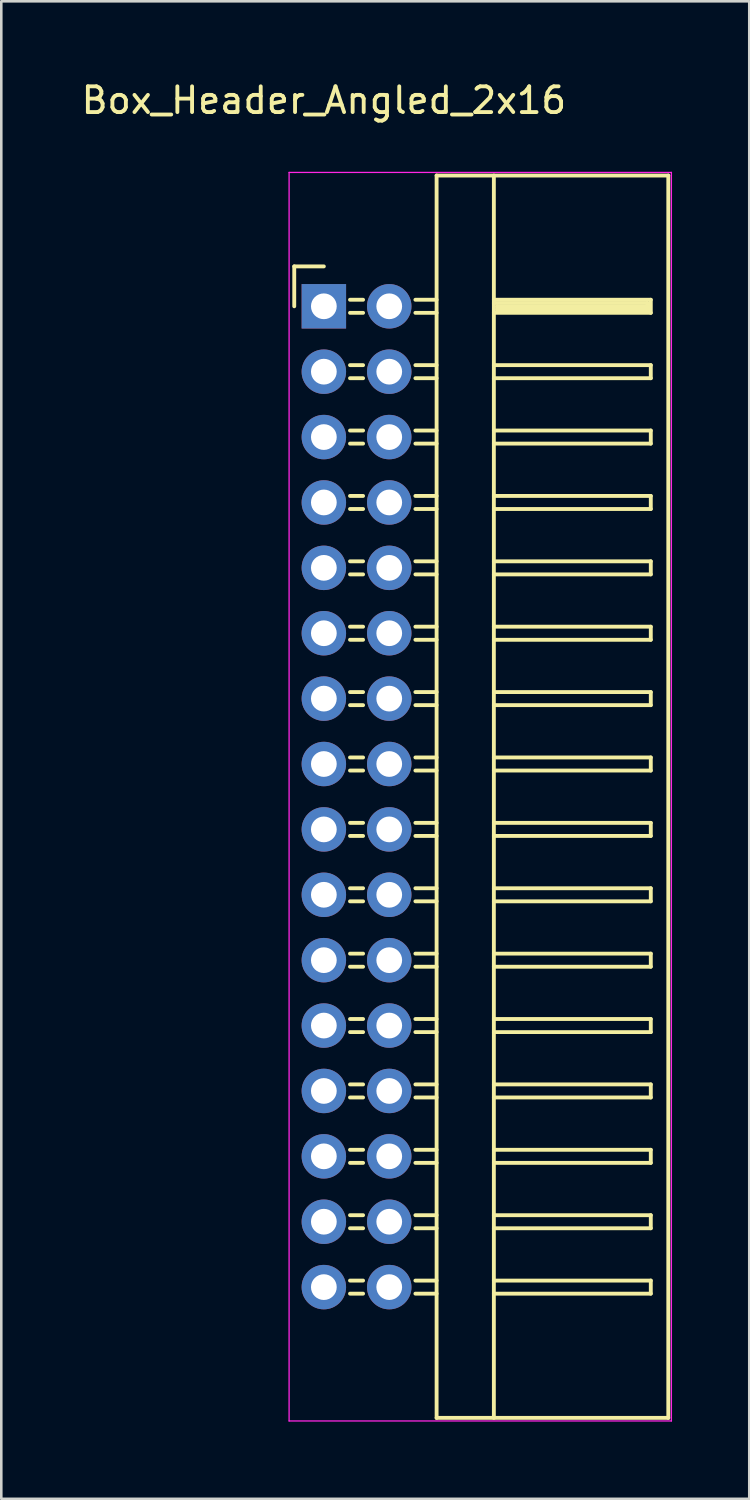
<source format=kicad_pcb>
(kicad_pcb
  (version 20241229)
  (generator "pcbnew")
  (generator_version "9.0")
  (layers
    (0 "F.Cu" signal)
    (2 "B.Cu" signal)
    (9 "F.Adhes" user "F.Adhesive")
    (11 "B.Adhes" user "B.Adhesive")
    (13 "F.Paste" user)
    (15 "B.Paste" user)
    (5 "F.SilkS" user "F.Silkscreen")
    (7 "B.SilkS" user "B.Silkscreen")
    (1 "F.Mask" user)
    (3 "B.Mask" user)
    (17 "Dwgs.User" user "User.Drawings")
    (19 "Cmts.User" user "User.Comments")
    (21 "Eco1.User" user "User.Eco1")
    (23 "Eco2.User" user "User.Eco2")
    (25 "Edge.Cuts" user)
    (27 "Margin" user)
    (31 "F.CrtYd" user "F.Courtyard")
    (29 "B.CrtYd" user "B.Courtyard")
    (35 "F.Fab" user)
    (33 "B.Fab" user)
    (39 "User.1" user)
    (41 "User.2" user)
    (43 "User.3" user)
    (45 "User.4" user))
  (footprint "Box_Header_Angled_2x16"
    (layer "F.Cu")
    (at 9.53 8.848)
    (property "Reference" "Box_Header_Angled_2x16" (at 0 -8 0) (layer "F.SilkS") (effects (font (size 1 1) (thickness 0.15))))
    (attr through_hole)
    (fp_line (start -1.15 -1.55) (end -1.15 0) (stroke (width 0.15) (type solid)) (layer "F.SilkS"))
    (fp_line (start 0 -1.55) (end -1.15 -1.55) (stroke (width 0.15) (type solid)) (layer "F.SilkS"))
    (fp_line (start 1.524 -0.254) (end 1.016 -0.254) (stroke (width 0.15) (type solid)) (layer "F.SilkS"))
    (fp_line (start 1.524 0.254) (end 1.016 0.254) (stroke (width 0.15) (type solid)) (layer "F.SilkS"))
    (fp_line (start 1.524 2.286) (end 1.016 2.286) (stroke (width 0.15) (type solid)) (layer "F.SilkS"))
    (fp_line (start 1.524 2.794) (end 1.016 2.794) (stroke (width 0.15) (type solid)) (layer "F.SilkS"))
    (fp_line (start 1.524 4.826) (end 1.016 4.826) (stroke (width 0.15) (type solid)) (layer "F.SilkS"))
    (fp_line (start 1.524 5.334) (end 1.016 5.334) (stroke (width 0.15) (type solid)) (layer "F.SilkS"))
    (fp_line (start 1.524 7.366) (end 1.016 7.366) (stroke (width 0.15) (type solid)) (layer "F.SilkS"))
    (fp_line (start 1.524 7.874) (end 1.016 7.874) (stroke (width 0.15) (type solid)) (layer "F.SilkS"))
    (fp_line (start 1.524 9.906) (end 1.016 9.906) (stroke (width 0.15) (type solid)) (layer "F.SilkS"))
    (fp_line (start 1.524 10.414) (end 1.016 10.414) (stroke (width 0.15) (type solid)) (layer "F.SilkS"))
    (fp_line (start 1.524 12.446) (end 1.016 12.446) (stroke (width 0.15) (type solid)) (layer "F.SilkS"))
    (fp_line (start 1.524 12.954) (end 1.016 12.954) (stroke (width 0.15) (type solid)) (layer "F.SilkS"))
    (fp_line (start 1.524 14.986) (end 1.016 14.986) (stroke (width 0.15) (type solid)) (layer "F.SilkS"))
    (fp_line (start 1.524 15.494) (end 1.016 15.494) (stroke (width 0.15) (type solid)) (layer "F.SilkS"))
    (fp_line (start 1.524 17.526) (end 1.016 17.526) (stroke (width 0.15) (type solid)) (layer "F.SilkS"))
    (fp_line (start 1.524 18.034) (end 1.016 18.034) (stroke (width 0.15) (type solid)) (layer "F.SilkS"))
    (fp_line (start 1.524 20.066) (end 1.016 20.066) (stroke (width 0.15) (type solid)) (layer "F.SilkS"))
    (fp_line (start 1.524 20.574) (end 1.016 20.574) (stroke (width 0.15) (type solid)) (layer "F.SilkS"))
    (fp_line (start 1.524 22.606) (end 1.016 22.606) (stroke (width 0.15) (type solid)) (layer "F.SilkS"))
    (fp_line (start 1.524 23.114) (end 1.016 23.114) (stroke (width 0.15) (type solid)) (layer "F.SilkS"))
    (fp_line (start 1.524 25.146) (end 1.016 25.146) (stroke (width 0.15) (type solid)) (layer "F.SilkS"))
    (fp_line (start 1.524 25.654) (end 1.016 25.654) (stroke (width 0.15) (type solid)) (layer "F.SilkS"))
    (fp_line (start 1.524 27.686) (end 1.016 27.686) (stroke (width 0.15) (type solid)) (layer "F.SilkS"))
    (fp_line (start 1.524 28.194) (end 1.016 28.194) (stroke (width 0.15) (type solid)) (layer "F.SilkS"))
    (fp_line (start 1.524 30.226) (end 1.016 30.226) (stroke (width 0.15) (type solid)) (layer "F.SilkS"))
    (fp_line (start 1.524 30.734) (end 1.016 30.734) (stroke (width 0.15) (type solid)) (layer "F.SilkS"))
    (fp_line (start 1.524 32.766) (end 1.016 32.766) (stroke (width 0.15) (type solid)) (layer "F.SilkS"))
    (fp_line (start 1.524 33.274) (end 1.016 33.274) (stroke (width 0.15) (type solid)) (layer "F.SilkS"))
    (fp_line (start 1.524 35.306) (end 1.016 35.306) (stroke (width 0.15) (type solid)) (layer "F.SilkS"))
    (fp_line (start 1.524 35.814) (end 1.016 35.814) (stroke (width 0.15) (type solid)) (layer "F.SilkS"))
    (fp_line (start 1.524 37.846) (end 1.016 37.846) (stroke (width 0.15) (type solid)) (layer "F.SilkS"))
    (fp_line (start 1.524 38.354) (end 1.016 38.354) (stroke (width 0.15) (type solid)) (layer "F.SilkS"))
    (fp_line (start 4.38 -5.08) (end 4.38 43.18) (stroke (width 0.15) (type solid)) (layer "F.SilkS"))
    (fp_line (start 4.38 -5.08) (end 13.38 -5.08) (stroke (width 0.15) (type solid)) (layer "F.SilkS"))
    (fp_line (start 4.38 -0.254) (end 3.556 -0.254) (stroke (width 0.15) (type solid)) (layer "F.SilkS"))
    (fp_line (start 4.38 0.254) (end 3.556 0.254) (stroke (width 0.15) (type solid)) (layer "F.SilkS"))
    (fp_line (start 4.38 2.286) (end 3.556 2.286) (stroke (width 0.15) (type solid)) (layer "F.SilkS"))
    (fp_line (start 4.38 2.794) (end 3.556 2.794) (stroke (width 0.15) (type solid)) (layer "F.SilkS"))
    (fp_line (start 4.38 4.826) (end 3.556 4.826) (stroke (width 0.15) (type solid)) (layer "F.SilkS"))
    (fp_line (start 4.38 5.334) (end 3.556 5.334) (stroke (width 0.15) (type solid)) (layer "F.SilkS"))
    (fp_line (start 4.38 7.366) (end 3.556 7.366) (stroke (width 0.15) (type solid)) (layer "F.SilkS"))
    (fp_line (start 4.38 7.874) (end 3.556 7.874) (stroke (width 0.15) (type solid)) (layer "F.SilkS"))
    (fp_line (start 4.38 9.906) (end 3.556 9.906) (stroke (width 0.15) (type solid)) (layer "F.SilkS"))
    (fp_line (start 4.38 10.414) (end 3.556 10.414) (stroke (width 0.15) (type solid)) (layer "F.SilkS"))
    (fp_line (start 4.38 12.446) (end 3.556 12.446) (stroke (width 0.15) (type solid)) (layer "F.SilkS"))
    (fp_line (start 4.38 12.954) (end 3.556 12.954) (stroke (width 0.15) (type solid)) (layer "F.SilkS"))
    (fp_line (start 4.38 14.986) (end 3.556 14.986) (stroke (width 0.15) (type solid)) (layer "F.SilkS"))
    (fp_line (start 4.38 15.494) (end 3.556 15.494) (stroke (width 0.15) (type solid)) (layer "F.SilkS"))
    (fp_line (start 4.38 17.526) (end 3.556 17.526) (stroke (width 0.15) (type solid)) (layer "F.SilkS"))
    (fp_line (start 4.38 18.034) (end 3.556 18.034) (stroke (width 0.15) (type solid)) (layer "F.SilkS"))
    (fp_line (start 4.38 20.066) (end 3.556 20.066) (stroke (width 0.15) (type solid)) (layer "F.SilkS"))
    (fp_line (start 4.38 20.574) (end 3.556 20.574) (stroke (width 0.15) (type solid)) (layer "F.SilkS"))
    (fp_line (start 4.38 22.606) (end 3.556 22.606) (stroke (width 0.15) (type solid)) (layer "F.SilkS"))
    (fp_line (start 4.38 23.114) (end 3.556 23.114) (stroke (width 0.15) (type solid)) (layer "F.SilkS"))
    (fp_line (start 4.38 25.146) (end 3.556 25.146) (stroke (width 0.15) (type solid)) (layer "F.SilkS"))
    (fp_line (start 4.38 25.654) (end 3.556 25.654) (stroke (width 0.15) (type solid)) (layer "F.SilkS"))
    (fp_line (start 4.38 27.686) (end 3.556 27.686) (stroke (width 0.15) (type solid)) (layer "F.SilkS"))
    (fp_line (start 4.38 28.194) (end 3.556 28.194) (stroke (width 0.15) (type solid)) (layer "F.SilkS"))
    (fp_line (start 4.38 30.226) (end 3.556 30.226) (stroke (width 0.15) (type solid)) (layer "F.SilkS"))
    (fp_line (start 4.38 30.734) (end 3.556 30.734) (stroke (width 0.15) (type solid)) (layer "F.SilkS"))
    (fp_line (start 4.38 32.766) (end 3.556 32.766) (stroke (width 0.15) (type solid)) (layer "F.SilkS"))
    (fp_line (start 4.38 33.274) (end 3.556 33.274) (stroke (width 0.15) (type solid)) (layer "F.SilkS"))
    (fp_line (start 4.38 35.306) (end 3.556 35.306) (stroke (width 0.15) (type solid)) (layer "F.SilkS"))
    (fp_line (start 4.38 35.814) (end 3.556 35.814) (stroke (width 0.15) (type solid)) (layer "F.SilkS"))
    (fp_line (start 4.38 37.846) (end 3.556 37.846) (stroke (width 0.15) (type solid)) (layer "F.SilkS"))
    (fp_line (start 4.38 38.354) (end 3.556 38.354) (stroke (width 0.15) (type solid)) (layer "F.SilkS"))
    (fp_line (start 4.38 43.18) (end 13.38 43.18) (stroke (width 0.15) (type solid)) (layer "F.SilkS"))
    (fp_line (start 6.604 -5.08) (end 6.604 43.18) (stroke (width 0.15) (type solid)) (layer "F.SilkS"))
    (fp_line (start 6.604 -0.254) (end 12.7 -0.254) (stroke (width 0.15) (type solid)) (layer "F.SilkS"))
    (fp_line (start 6.604 -0.127) (end 12.573 -0.127) (stroke (width 0.15) (type solid)) (layer "F.SilkS"))
    (fp_line (start 6.604 2.286) (end 12.7 2.286) (stroke (width 0.15) (type solid)) (layer "F.SilkS"))
    (fp_line (start 6.604 4.826) (end 12.7 4.826) (stroke (width 0.15) (type solid)) (layer "F.SilkS"))
    (fp_line (start 6.604 7.366) (end 12.7 7.366) (stroke (width 0.15) (type solid)) (layer "F.SilkS"))
    (fp_line (start 6.604 9.906) (end 12.7 9.906) (stroke (width 0.15) (type solid)) (layer "F.SilkS"))
    (fp_line (start 6.604 12.446) (end 12.7 12.446) (stroke (width 0.15) (type solid)) (layer "F.SilkS"))
    (fp_line (start 6.604 14.986) (end 12.7 14.986) (stroke (width 0.15) (type solid)) (layer "F.SilkS"))
    (fp_line (start 6.604 17.526) (end 12.7 17.526) (stroke (width 0.15) (type solid)) (layer "F.SilkS"))
    (fp_line (start 6.604 20.066) (end 12.7 20.066) (stroke (width 0.15) (type solid)) (layer "F.SilkS"))
    (fp_line (start 6.604 22.606) (end 12.7 22.606) (stroke (width 0.15) (type solid)) (layer "F.SilkS"))
    (fp_line (start 6.604 25.146) (end 12.7 25.146) (stroke (width 0.15) (type solid)) (layer "F.SilkS"))
    (fp_line (start 6.604 27.686) (end 12.7 27.686) (stroke (width 0.15) (type solid)) (layer "F.SilkS"))
    (fp_line (start 6.604 30.226) (end 12.7 30.226) (stroke (width 0.15) (type solid)) (layer "F.SilkS"))
    (fp_line (start 6.604 32.766) (end 12.7 32.766) (stroke (width 0.15) (type solid)) (layer "F.SilkS"))
    (fp_line (start 6.604 35.306) (end 12.7 35.306) (stroke (width 0.15) (type solid)) (layer "F.SilkS"))
    (fp_line (start 6.604 37.846) (end 12.7 37.846) (stroke (width 0.15) (type solid)) (layer "F.SilkS"))
    (fp_line (start 6.731 0) (end 12.573 0) (stroke (width 0.15) (type solid)) (layer "F.SilkS"))
    (fp_line (start 6.731 0.127) (end 6.731 0) (stroke (width 0.15) (type solid)) (layer "F.SilkS"))
    (fp_line (start 12.573 -0.127) (end 12.573 0.127) (stroke (width 0.15) (type solid)) (layer "F.SilkS"))
    (fp_line (start 12.573 0.127) (end 6.731 0.127) (stroke (width 0.15) (type solid)) (layer "F.SilkS"))
    (fp_line (start 12.7 -0.254) (end 12.7 0.254) (stroke (width 0.15) (type solid)) (layer "F.SilkS"))
    (fp_line (start 12.7 0.254) (end 6.604 0.254) (stroke (width 0.15) (type solid)) (layer "F.SilkS"))
    (fp_line (start 12.7 2.286) (end 12.7 2.794) (stroke (width 0.15) (type solid)) (layer "F.SilkS"))
    (fp_line (start 12.7 2.794) (end 6.604 2.794) (stroke (width 0.15) (type solid)) (layer "F.SilkS"))
    (fp_line (start 12.7 4.826) (end 12.7 5.334) (stroke (width 0.15) (type solid)) (layer "F.SilkS"))
    (fp_line (start 12.7 5.334) (end 6.604 5.334) (stroke (width 0.15) (type solid)) (layer "F.SilkS"))
    (fp_line (start 12.7 7.366) (end 12.7 7.874) (stroke (width 0.15) (type solid)) (layer "F.SilkS"))
    (fp_line (start 12.7 7.874) (end 6.604 7.874) (stroke (width 0.15) (type solid)) (layer "F.SilkS"))
    (fp_line (start 12.7 9.906) (end 12.7 10.414) (stroke (width 0.15) (type solid)) (layer "F.SilkS"))
    (fp_line (start 12.7 10.414) (end 6.604 10.414) (stroke (width 0.15) (type solid)) (layer "F.SilkS"))
    (fp_line (start 12.7 12.446) (end 12.7 12.954) (stroke (width 0.15) (type solid)) (layer "F.SilkS"))
    (fp_line (start 12.7 12.954) (end 6.604 12.954) (stroke (width 0.15) (type solid)) (layer "F.SilkS"))
    (fp_line (start 12.7 14.986) (end 12.7 15.494) (stroke (width 0.15) (type solid)) (layer "F.SilkS"))
    (fp_line (start 12.7 15.494) (end 6.604 15.494) (stroke (width 0.15) (type solid)) (layer "F.SilkS"))
    (fp_line (start 12.7 17.526) (end 12.7 18.034) (stroke (width 0.15) (type solid)) (layer "F.SilkS"))
    (fp_line (start 12.7 18.034) (end 6.604 18.034) (stroke (width 0.15) (type solid)) (layer "F.SilkS"))
    (fp_line (start 12.7 20.066) (end 12.7 20.574) (stroke (width 0.15) (type solid)) (layer "F.SilkS"))
    (fp_line (start 12.7 20.574) (end 6.604 20.574) (stroke (width 0.15) (type solid)) (layer "F.SilkS"))
    (fp_line (start 12.7 22.606) (end 12.7 23.114) (stroke (width 0.15) (type solid)) (layer "F.SilkS"))
    (fp_line (start 12.7 23.114) (end 6.604 23.114) (stroke (width 0.15) (type solid)) (layer "F.SilkS"))
    (fp_line (start 12.7 25.146) (end 12.7 25.654) (stroke (width 0.15) (type solid)) (layer "F.SilkS"))
    (fp_line (start 12.7 25.654) (end 6.604 25.654) (stroke (width 0.15) (type solid)) (layer "F.SilkS"))
    (fp_line (start 12.7 27.686) (end 12.7 28.194) (stroke (width 0.15) (type solid)) (layer "F.SilkS"))
    (fp_line (start 12.7 28.194) (end 6.604 28.194) (stroke (width 0.15) (type solid)) (layer "F.SilkS"))
    (fp_line (start 12.7 30.226) (end 12.7 30.734) (stroke (width 0.15) (type solid)) (layer "F.SilkS"))
    (fp_line (start 12.7 30.734) (end 6.604 30.734) (stroke (width 0.15) (type solid)) (layer "F.SilkS"))
    (fp_line (start 12.7 32.766) (end 12.7 33.274) (stroke (width 0.15) (type solid)) (layer "F.SilkS"))
    (fp_line (start 12.7 33.274) (end 6.604 33.274) (stroke (width 0.15) (type solid)) (layer "F.SilkS"))
    (fp_line (start 12.7 35.306) (end 12.7 35.814) (stroke (width 0.15) (type solid)) (layer "F.SilkS"))
    (fp_line (start 12.7 35.814) (end 6.604 35.814) (stroke (width 0.15) (type solid)) (layer "F.SilkS"))
    (fp_line (start 12.7 37.846) (end 12.7 38.354) (stroke (width 0.15) (type solid)) (layer "F.SilkS"))
    (fp_line (start 12.7 38.354) (end 6.604 38.354) (stroke (width 0.15) (type solid)) (layer "F.SilkS"))
    (fp_line (start 13.38 -5.08) (end 13.38 43.18) (stroke (width 0.15) (type solid)) (layer "F.SilkS"))
    (fp_line (start -1.35 -5.2) (end -1.35 43.3) (stroke (width 0.05) (type solid)) (layer "F.CrtYd"))
    (fp_line (start -1.35 -5.2) (end 13.5 -5.2) (stroke (width 0.05) (type solid)) (layer "F.CrtYd"))
    (fp_line (start -1.35 43.3) (end 13.5 43.3) (stroke (width 0.05) (type solid)) (layer "F.CrtYd"))
    (fp_line (start 13.5 -5.2) (end 13.5 43.3) (stroke (width 0.05) (type solid)) (layer "F.CrtYd"))
    (pad "1" thru_hole rect (at 0 0) (size 1.727 1.727) (drill 1) (layers "*.Cu" "*.Mask"))
    (pad "2" thru_hole oval (at 2.54 0) (size 1.727 1.727) (drill 1) (layers "*.Cu" "*.Mask"))
    (pad "3" thru_hole oval (at 0 2.54) (size 1.727 1.727) (drill 1) (layers "*.Cu" "*.Mask"))
    (pad "4" thru_hole oval (at 2.54 2.54) (size 1.727 1.727) (drill 1) (layers "*.Cu" "*.Mask"))
    (pad "5" thru_hole oval (at 0 5.08) (size 1.727 1.727) (drill 1) (layers "*.Cu" "*.Mask"))
    (pad "6" thru_hole oval (at 2.54 5.08) (size 1.727 1.727) (drill 1) (layers "*.Cu" "*.Mask"))
    (pad "7" thru_hole oval (at 0 7.62) (size 1.727 1.727) (drill 1) (layers "*.Cu" "*.Mask"))
    (pad "8" thru_hole oval (at 2.54 7.62) (size 1.727 1.727) (drill 1) (layers "*.Cu" "*.Mask"))
    (pad "9" thru_hole oval (at 0 10.16) (size 1.727 1.727) (drill 1) (layers "*.Cu" "*.Mask"))
    (pad "10" thru_hole oval (at 2.54 10.16) (size 1.727 1.727) (drill 1) (layers "*.Cu" "*.Mask"))
    (pad "11" thru_hole oval (at 0 12.7) (size 1.727 1.727) (drill 1) (layers "*.Cu" "*.Mask"))
    (pad "12" thru_hole oval (at 2.54 12.7) (size 1.727 1.727) (drill 1) (layers "*.Cu" "*.Mask"))
    (pad "13" thru_hole oval (at 0 15.24) (size 1.727 1.727) (drill 1) (layers "*.Cu" "*.Mask"))
    (pad "14" thru_hole oval (at 2.54 15.24) (size 1.727 1.727) (drill 1) (layers "*.Cu" "*.Mask"))
    (pad "15" thru_hole oval (at 0 17.78) (size 1.727 1.727) (drill 1) (layers "*.Cu" "*.Mask"))
    (pad "16" thru_hole oval (at 2.54 17.78) (size 1.727 1.727) (drill 1) (layers "*.Cu" "*.Mask"))
    (pad "17" thru_hole oval (at 0 20.32) (size 1.727 1.727) (drill 1) (layers "*.Cu" "*.Mask"))
    (pad "18" thru_hole oval (at 2.54 20.32) (size 1.727 1.727) (drill 1) (layers "*.Cu" "*.Mask"))
    (pad "19" thru_hole oval (at 0 22.86) (size 1.727 1.727) (drill 1) (layers "*.Cu" "*.Mask"))
    (pad "20" thru_hole oval (at 2.54 22.86) (size 1.727 1.727) (drill 1) (layers "*.Cu" "*.Mask"))
    (pad "21" thru_hole oval (at 0 25.4) (size 1.727 1.727) (drill 1) (layers "*.Cu" "*.Mask"))
    (pad "22" thru_hole oval (at 2.54 25.4) (size 1.727 1.727) (drill 1) (layers "*.Cu" "*.Mask"))
    (pad "23" thru_hole oval (at 0 27.94) (size 1.727 1.727) (drill 1) (layers "*.Cu" "*.Mask"))
    (pad "24" thru_hole oval (at 2.54 27.94) (size 1.727 1.727) (drill 1) (layers "*.Cu" "*.Mask"))
    (pad "25" thru_hole oval (at 0 30.48) (size 1.727 1.727) (drill 1) (layers "*.Cu" "*.Mask"))
    (pad "26" thru_hole oval (at 2.54 30.48) (size 1.727 1.727) (drill 1) (layers "*.Cu" "*.Mask"))
    (pad "27" thru_hole oval (at 0 33.02) (size 1.727 1.727) (drill 1) (layers "*.Cu" "*.Mask"))
    (pad "28" thru_hole oval (at 2.54 33.02) (size 1.727 1.727) (drill 1) (layers "*.Cu" "*.Mask"))
    (pad "29" thru_hole oval (at 0 35.56) (size 1.727 1.727) (drill 1) (layers "*.Cu" "*.Mask"))
    (pad "30" thru_hole oval (at 2.54 35.56) (size 1.727 1.727) (drill 1) (layers "*.Cu" "*.Mask"))
    (pad "31" thru_hole oval (at 0 38.1) (size 1.727 1.727) (drill 1) (layers "*.Cu" "*.Mask"))
    (pad "32" thru_hole oval (at 2.54 38.1) (size 1.727 1.727) (drill 1) (layers "*.Cu" "*.Mask")))
  (gr_rect
    (start -3 -3)
    (end 26.055 55.173)
    (stroke (width 0.1) (type default))
    (fill no)
    (layer "Edge.Cuts")))
</source>
